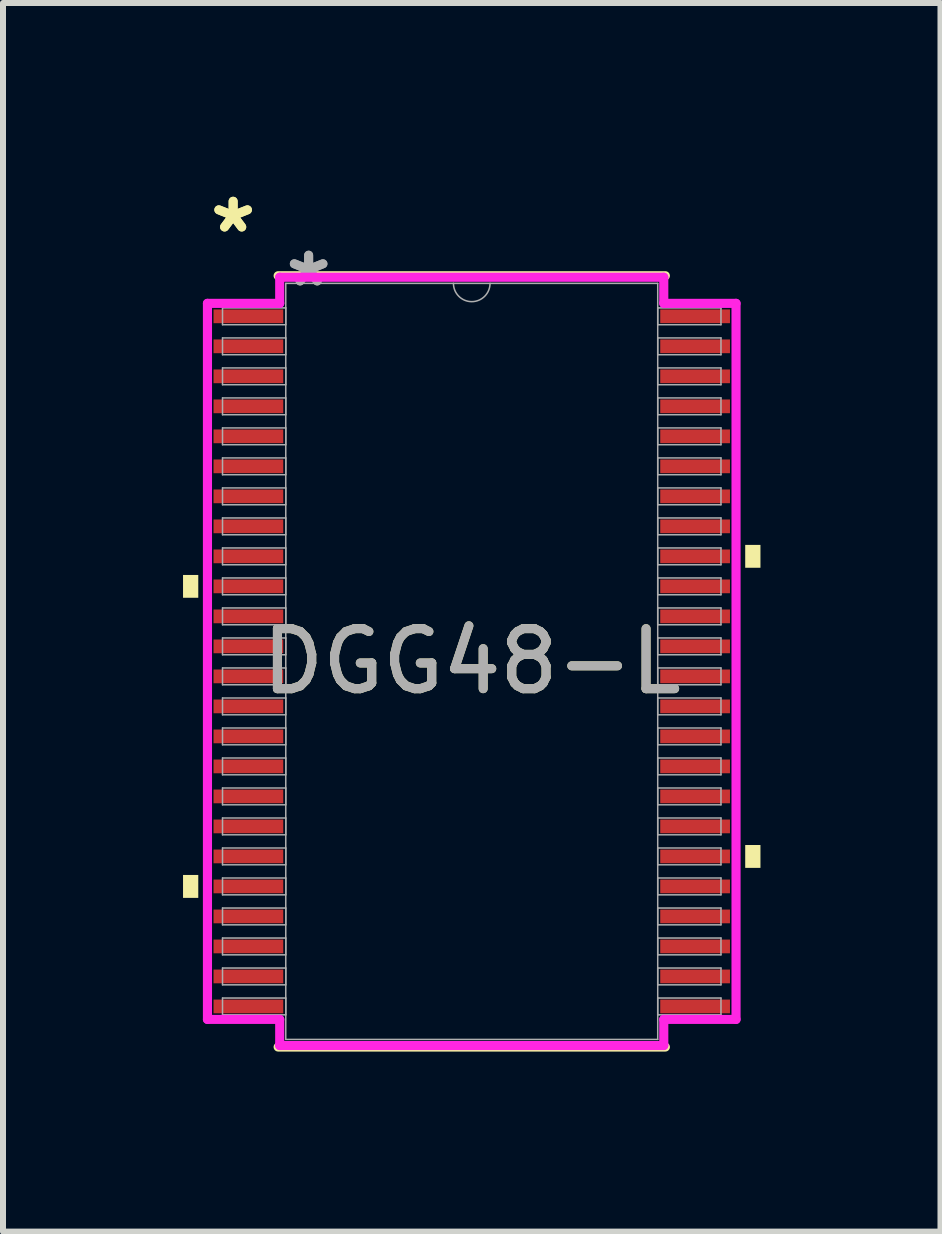
<source format=kicad_pcb>
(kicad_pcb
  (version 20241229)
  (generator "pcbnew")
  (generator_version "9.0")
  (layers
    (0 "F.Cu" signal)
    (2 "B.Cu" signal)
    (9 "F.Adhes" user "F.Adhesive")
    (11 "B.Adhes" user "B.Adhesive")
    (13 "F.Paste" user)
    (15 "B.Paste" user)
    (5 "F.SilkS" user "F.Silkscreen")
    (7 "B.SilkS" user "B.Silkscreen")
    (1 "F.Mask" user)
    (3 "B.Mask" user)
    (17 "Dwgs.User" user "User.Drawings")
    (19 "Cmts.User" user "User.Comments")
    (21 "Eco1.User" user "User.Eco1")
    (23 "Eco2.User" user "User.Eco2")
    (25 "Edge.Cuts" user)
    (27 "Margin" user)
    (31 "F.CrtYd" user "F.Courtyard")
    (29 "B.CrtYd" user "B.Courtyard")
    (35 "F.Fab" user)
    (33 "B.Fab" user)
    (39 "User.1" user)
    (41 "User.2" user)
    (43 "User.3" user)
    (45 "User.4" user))
  (footprint "DGG48-L"
    (layer "F.Cu")
    (at 4.811 7.971)
    (property "Reference" "DGG48-L" (at 0 0 0) (unlocked yes) (layer "F.SilkS") (effects (font (size 1 1) (thickness 0.15))))
    (attr smd)
    (fp_line (start -3.226 6.426) (end 3.226 6.426) (stroke (width 0.152) (type solid)) (layer "F.SilkS"))
    (fp_line (start 3.226 -6.426) (end -3.226 -6.426) (stroke (width 0.152) (type solid)) (layer "F.SilkS"))
    (fp_poly (pts (xy -4.811 -1.44) (xy -4.811 -1.06) (xy -4.557 -1.06) (xy -4.557 -1.44)) (stroke (width 0) (type solid)) (fill yes) (layer "F.SilkS"))
    (fp_poly (pts (xy -4.811 3.559) (xy -4.811 3.941) (xy -4.557 3.941) (xy -4.557 3.559)) (stroke (width 0) (type solid)) (fill yes) (layer "F.SilkS"))
    (fp_poly (pts (xy 4.811 -1.941) (xy 4.811 -1.56) (xy 4.557 -1.56) (xy 4.557 -1.941)) (stroke (width 0) (type solid)) (fill yes) (layer "F.SilkS"))
    (fp_poly (pts (xy 4.811 3.06) (xy 4.811 3.441) (xy 4.557 3.441) (xy 4.557 3.06)) (stroke (width 0) (type solid)) (fill yes) (layer "F.SilkS"))
    (fp_line (start -4.404 -5.966) (end -3.2 -5.966) (stroke (width 0.152) (type solid)) (layer "F.CrtYd"))
    (fp_line (start -4.404 5.966) (end -4.404 -5.966) (stroke (width 0.152) (type solid)) (layer "F.CrtYd"))
    (fp_line (start -4.404 5.966) (end -3.2 5.966) (stroke (width 0.152) (type solid)) (layer "F.CrtYd"))
    (fp_line (start -3.2 -6.401) (end 3.2 -6.401) (stroke (width 0.152) (type solid)) (layer "F.CrtYd"))
    (fp_line (start -3.2 -5.966) (end -3.2 -6.401) (stroke (width 0.152) (type solid)) (layer "F.CrtYd"))
    (fp_line (start -3.2 6.401) (end -3.2 5.966) (stroke (width 0.152) (type solid)) (layer "F.CrtYd"))
    (fp_line (start 3.2 -6.401) (end 3.2 -5.966) (stroke (width 0.152) (type solid)) (layer "F.CrtYd"))
    (fp_line (start 3.2 5.966) (end 3.2 6.401) (stroke (width 0.152) (type solid)) (layer "F.CrtYd"))
    (fp_line (start 3.2 6.401) (end -3.2 6.401) (stroke (width 0.152) (type solid)) (layer "F.CrtYd"))
    (fp_line (start 4.404 -5.966) (end 3.2 -5.966) (stroke (width 0.152) (type solid)) (layer "F.CrtYd"))
    (fp_line (start 4.404 -5.966) (end 4.404 5.966) (stroke (width 0.152) (type solid)) (layer "F.CrtYd"))
    (fp_line (start 4.404 5.966) (end 3.2 5.966) (stroke (width 0.152) (type solid)) (layer "F.CrtYd"))
    (fp_line (start -4.153 -5.89) (end -4.153 -5.61) (stroke (width 0.025) (type solid)) (layer "F.Fab"))
    (fp_line (start -4.153 -5.61) (end -3.099 -5.61) (stroke (width 0.025) (type solid)) (layer "F.Fab"))
    (fp_line (start -4.153 -5.39) (end -4.153 -5.11) (stroke (width 0.025) (type solid)) (layer "F.Fab"))
    (fp_line (start -4.153 -5.11) (end -3.099 -5.11) (stroke (width 0.025) (type solid)) (layer "F.Fab"))
    (fp_line (start -4.153 -4.89) (end -4.153 -4.61) (stroke (width 0.025) (type solid)) (layer "F.Fab"))
    (fp_line (start -4.153 -4.61) (end -3.099 -4.61) (stroke (width 0.025) (type solid)) (layer "F.Fab"))
    (fp_line (start -4.153 -4.39) (end -4.153 -4.11) (stroke (width 0.025) (type solid)) (layer "F.Fab"))
    (fp_line (start -4.153 -4.11) (end -3.099 -4.11) (stroke (width 0.025) (type solid)) (layer "F.Fab"))
    (fp_line (start -4.153 -3.89) (end -4.153 -3.61) (stroke (width 0.025) (type solid)) (layer "F.Fab"))
    (fp_line (start -4.153 -3.61) (end -3.099 -3.61) (stroke (width 0.025) (type solid)) (layer "F.Fab"))
    (fp_line (start -4.153 -3.39) (end -4.153 -3.11) (stroke (width 0.025) (type solid)) (layer "F.Fab"))
    (fp_line (start -4.153 -3.11) (end -3.099 -3.11) (stroke (width 0.025) (type solid)) (layer "F.Fab"))
    (fp_line (start -4.153 -2.89) (end -4.153 -2.61) (stroke (width 0.025) (type solid)) (layer "F.Fab"))
    (fp_line (start -4.153 -2.61) (end -3.099 -2.61) (stroke (width 0.025) (type solid)) (layer "F.Fab"))
    (fp_line (start -4.153 -2.39) (end -4.153 -2.11) (stroke (width 0.025) (type solid)) (layer "F.Fab"))
    (fp_line (start -4.153 -2.11) (end -3.099 -2.11) (stroke (width 0.025) (type solid)) (layer "F.Fab"))
    (fp_line (start -4.153 -1.89) (end -4.153 -1.61) (stroke (width 0.025) (type solid)) (layer "F.Fab"))
    (fp_line (start -4.153 -1.61) (end -3.099 -1.61) (stroke (width 0.025) (type solid)) (layer "F.Fab"))
    (fp_line (start -4.153 -1.39) (end -4.153 -1.11) (stroke (width 0.025) (type solid)) (layer "F.Fab"))
    (fp_line (start -4.153 -1.11) (end -3.099 -1.11) (stroke (width 0.025) (type solid)) (layer "F.Fab"))
    (fp_line (start -4.153 -0.89) (end -4.153 -0.61) (stroke (width 0.025) (type solid)) (layer "F.Fab"))
    (fp_line (start -4.153 -0.61) (end -3.099 -0.61) (stroke (width 0.025) (type solid)) (layer "F.Fab"))
    (fp_line (start -4.153 -0.39) (end -4.153 -0.11) (stroke (width 0.025) (type solid)) (layer "F.Fab"))
    (fp_line (start -4.153 -0.11) (end -3.099 -0.11) (stroke (width 0.025) (type solid)) (layer "F.Fab"))
    (fp_line (start -4.153 0.11) (end -4.153 0.39) (stroke (width 0.025) (type solid)) (layer "F.Fab"))
    (fp_line (start -4.153 0.39) (end -3.099 0.39) (stroke (width 0.025) (type solid)) (layer "F.Fab"))
    (fp_line (start -4.153 0.61) (end -4.153 0.89) (stroke (width 0.025) (type solid)) (layer "F.Fab"))
    (fp_line (start -4.153 0.89) (end -3.099 0.89) (stroke (width 0.025) (type solid)) (layer "F.Fab"))
    (fp_line (start -4.153 1.11) (end -4.153 1.39) (stroke (width 0.025) (type solid)) (layer "F.Fab"))
    (fp_line (start -4.153 1.39) (end -3.099 1.39) (stroke (width 0.025) (type solid)) (layer "F.Fab"))
    (fp_line (start -4.153 1.61) (end -4.153 1.89) (stroke (width 0.025) (type solid)) (layer "F.Fab"))
    (fp_line (start -4.153 1.89) (end -3.099 1.89) (stroke (width 0.025) (type solid)) (layer "F.Fab"))
    (fp_line (start -4.153 2.11) (end -4.153 2.39) (stroke (width 0.025) (type solid)) (layer "F.Fab"))
    (fp_line (start -4.153 2.39) (end -3.099 2.39) (stroke (width 0.025) (type solid)) (layer "F.Fab"))
    (fp_line (start -4.153 2.61) (end -4.153 2.89) (stroke (width 0.025) (type solid)) (layer "F.Fab"))
    (fp_line (start -4.153 2.89) (end -3.099 2.89) (stroke (width 0.025) (type solid)) (layer "F.Fab"))
    (fp_line (start -4.153 3.11) (end -4.153 3.39) (stroke (width 0.025) (type solid)) (layer "F.Fab"))
    (fp_line (start -4.153 3.39) (end -3.099 3.39) (stroke (width 0.025) (type solid)) (layer "F.Fab"))
    (fp_line (start -4.153 3.61) (end -4.153 3.89) (stroke (width 0.025) (type solid)) (layer "F.Fab"))
    (fp_line (start -4.153 3.89) (end -3.099 3.89) (stroke (width 0.025) (type solid)) (layer "F.Fab"))
    (fp_line (start -4.153 4.11) (end -4.153 4.39) (stroke (width 0.025) (type solid)) (layer "F.Fab"))
    (fp_line (start -4.153 4.39) (end -3.099 4.39) (stroke (width 0.025) (type solid)) (layer "F.Fab"))
    (fp_line (start -4.153 4.61) (end -4.153 4.89) (stroke (width 0.025) (type solid)) (layer "F.Fab"))
    (fp_line (start -4.153 4.89) (end -3.099 4.89) (stroke (width 0.025) (type solid)) (layer "F.Fab"))
    (fp_line (start -4.153 5.11) (end -4.153 5.39) (stroke (width 0.025) (type solid)) (layer "F.Fab"))
    (fp_line (start -4.153 5.39) (end -3.099 5.39) (stroke (width 0.025) (type solid)) (layer "F.Fab"))
    (fp_line (start -4.153 5.61) (end -4.153 5.89) (stroke (width 0.025) (type solid)) (layer "F.Fab"))
    (fp_line (start -4.153 5.89) (end -3.099 5.89) (stroke (width 0.025) (type solid)) (layer "F.Fab"))
    (fp_line (start -3.099 -6.299) (end -3.099 6.299) (stroke (width 0.025) (type solid)) (layer "F.Fab"))
    (fp_line (start -3.099 -5.89) (end -4.153 -5.89) (stroke (width 0.025) (type solid)) (layer "F.Fab"))
    (fp_line (start -3.099 -5.61) (end -3.099 -5.89) (stroke (width 0.025) (type solid)) (layer "F.Fab"))
    (fp_line (start -3.099 -5.39) (end -4.153 -5.39) (stroke (width 0.025) (type solid)) (layer "F.Fab"))
    (fp_line (start -3.099 -5.11) (end -3.099 -5.39) (stroke (width 0.025) (type solid)) (layer "F.Fab"))
    (fp_line (start -3.099 -4.89) (end -4.153 -4.89) (stroke (width 0.025) (type solid)) (layer "F.Fab"))
    (fp_line (start -3.099 -4.61) (end -3.099 -4.89) (stroke (width 0.025) (type solid)) (layer "F.Fab"))
    (fp_line (start -3.099 -4.39) (end -4.153 -4.39) (stroke (width 0.025) (type solid)) (layer "F.Fab"))
    (fp_line (start -3.099 -4.11) (end -3.099 -4.39) (stroke (width 0.025) (type solid)) (layer "F.Fab"))
    (fp_line (start -3.099 -3.89) (end -4.153 -3.89) (stroke (width 0.025) (type solid)) (layer "F.Fab"))
    (fp_line (start -3.099 -3.61) (end -3.099 -3.89) (stroke (width 0.025) (type solid)) (layer "F.Fab"))
    (fp_line (start -3.099 -3.39) (end -4.153 -3.39) (stroke (width 0.025) (type solid)) (layer "F.Fab"))
    (fp_line (start -3.099 -3.11) (end -3.099 -3.39) (stroke (width 0.025) (type solid)) (layer "F.Fab"))
    (fp_line (start -3.099 -2.89) (end -4.153 -2.89) (stroke (width 0.025) (type solid)) (layer "F.Fab"))
    (fp_line (start -3.099 -2.61) (end -3.099 -2.89) (stroke (width 0.025) (type solid)) (layer "F.Fab"))
    (fp_line (start -3.099 -2.39) (end -4.153 -2.39) (stroke (width 0.025) (type solid)) (layer "F.Fab"))
    (fp_line (start -3.099 -2.11) (end -3.099 -2.39) (stroke (width 0.025) (type solid)) (layer "F.Fab"))
    (fp_line (start -3.099 -1.89) (end -4.153 -1.89) (stroke (width 0.025) (type solid)) (layer "F.Fab"))
    (fp_line (start -3.099 -1.61) (end -3.099 -1.89) (stroke (width 0.025) (type solid)) (layer "F.Fab"))
    (fp_line (start -3.099 -1.39) (end -4.153 -1.39) (stroke (width 0.025) (type solid)) (layer "F.Fab"))
    (fp_line (start -3.099 -1.11) (end -3.099 -1.39) (stroke (width 0.025) (type solid)) (layer "F.Fab"))
    (fp_line (start -3.099 -0.89) (end -4.153 -0.89) (stroke (width 0.025) (type solid)) (layer "F.Fab"))
    (fp_line (start -3.099 -0.61) (end -3.099 -0.89) (stroke (width 0.025) (type solid)) (layer "F.Fab"))
    (fp_line (start -3.099 -0.39) (end -4.153 -0.39) (stroke (width 0.025) (type solid)) (layer "F.Fab"))
    (fp_line (start -3.099 -0.11) (end -3.099 -0.39) (stroke (width 0.025) (type solid)) (layer "F.Fab"))
    (fp_line (start -3.099 0.11) (end -4.153 0.11) (stroke (width 0.025) (type solid)) (layer "F.Fab"))
    (fp_line (start -3.099 0.39) (end -3.099 0.11) (stroke (width 0.025) (type solid)) (layer "F.Fab"))
    (fp_line (start -3.099 0.61) (end -4.153 0.61) (stroke (width 0.025) (type solid)) (layer "F.Fab"))
    (fp_line (start -3.099 0.89) (end -3.099 0.61) (stroke (width 0.025) (type solid)) (layer "F.Fab"))
    (fp_line (start -3.099 1.11) (end -4.153 1.11) (stroke (width 0.025) (type solid)) (layer "F.Fab"))
    (fp_line (start -3.099 1.39) (end -3.099 1.11) (stroke (width 0.025) (type solid)) (layer "F.Fab"))
    (fp_line (start -3.099 1.61) (end -4.153 1.61) (stroke (width 0.025) (type solid)) (layer "F.Fab"))
    (fp_line (start -3.099 1.89) (end -3.099 1.61) (stroke (width 0.025) (type solid)) (layer "F.Fab"))
    (fp_line (start -3.099 2.11) (end -4.153 2.11) (stroke (width 0.025) (type solid)) (layer "F.Fab"))
    (fp_line (start -3.099 2.39) (end -3.099 2.11) (stroke (width 0.025) (type solid)) (layer "F.Fab"))
    (fp_line (start -3.099 2.61) (end -4.153 2.61) (stroke (width 0.025) (type solid)) (layer "F.Fab"))
    (fp_line (start -3.099 2.89) (end -3.099 2.61) (stroke (width 0.025) (type solid)) (layer "F.Fab"))
    (fp_line (start -3.099 3.11) (end -4.153 3.11) (stroke (width 0.025) (type solid)) (layer "F.Fab"))
    (fp_line (start -3.099 3.39) (end -3.099 3.11) (stroke (width 0.025) (type solid)) (layer "F.Fab"))
    (fp_line (start -3.099 3.61) (end -4.153 3.61) (stroke (width 0.025) (type solid)) (layer "F.Fab"))
    (fp_line (start -3.099 3.89) (end -3.099 3.61) (stroke (width 0.025) (type solid)) (layer "F.Fab"))
    (fp_line (start -3.099 4.11) (end -4.153 4.11) (stroke (width 0.025) (type solid)) (layer "F.Fab"))
    (fp_line (start -3.099 4.39) (end -3.099 4.11) (stroke (width 0.025) (type solid)) (layer "F.Fab"))
    (fp_line (start -3.099 4.61) (end -4.153 4.61) (stroke (width 0.025) (type solid)) (layer "F.Fab"))
    (fp_line (start -3.099 4.89) (end -3.099 4.61) (stroke (width 0.025) (type solid)) (layer "F.Fab"))
    (fp_line (start -3.099 5.11) (end -4.153 5.11) (stroke (width 0.025) (type solid)) (layer "F.Fab"))
    (fp_line (start -3.099 5.39) (end -3.099 5.11) (stroke (width 0.025) (type solid)) (layer "F.Fab"))
    (fp_line (start -3.099 5.61) (end -4.153 5.61) (stroke (width 0.025) (type solid)) (layer "F.Fab"))
    (fp_line (start -3.099 5.89) (end -3.099 5.61) (stroke (width 0.025) (type solid)) (layer "F.Fab"))
    (fp_line (start -3.099 6.299) (end 3.099 6.299) (stroke (width 0.025) (type solid)) (layer "F.Fab"))
    (fp_line (start 3.099 -6.299) (end -3.099 -6.299) (stroke (width 0.025) (type solid)) (layer "F.Fab"))
    (fp_line (start 3.099 -5.89) (end 3.099 -5.61) (stroke (width 0.025) (type solid)) (layer "F.Fab"))
    (fp_line (start 3.099 -5.61) (end 4.153 -5.61) (stroke (width 0.025) (type solid)) (layer "F.Fab"))
    (fp_line (start 3.099 -5.39) (end 3.099 -5.11) (stroke (width 0.025) (type solid)) (layer "F.Fab"))
    (fp_line (start 3.099 -5.11) (end 4.153 -5.11) (stroke (width 0.025) (type solid)) (layer "F.Fab"))
    (fp_line (start 3.099 -4.89) (end 3.099 -4.61) (stroke (width 0.025) (type solid)) (layer "F.Fab"))
    (fp_line (start 3.099 -4.61) (end 4.153 -4.61) (stroke (width 0.025) (type solid)) (layer "F.Fab"))
    (fp_line (start 3.099 -4.39) (end 3.099 -4.11) (stroke (width 0.025) (type solid)) (layer "F.Fab"))
    (fp_line (start 3.099 -4.11) (end 4.153 -4.11) (stroke (width 0.025) (type solid)) (layer "F.Fab"))
    (fp_line (start 3.099 -3.89) (end 3.099 -3.61) (stroke (width 0.025) (type solid)) (layer "F.Fab"))
    (fp_line (start 3.099 -3.61) (end 4.153 -3.61) (stroke (width 0.025) (type solid)) (layer "F.Fab"))
    (fp_line (start 3.099 -3.39) (end 3.099 -3.11) (stroke (width 0.025) (type solid)) (layer "F.Fab"))
    (fp_line (start 3.099 -3.11) (end 4.153 -3.11) (stroke (width 0.025) (type solid)) (layer "F.Fab"))
    (fp_line (start 3.099 -2.89) (end 3.099 -2.61) (stroke (width 0.025) (type solid)) (layer "F.Fab"))
    (fp_line (start 3.099 -2.61) (end 4.153 -2.61) (stroke (width 0.025) (type solid)) (layer "F.Fab"))
    (fp_line (start 3.099 -2.39) (end 3.099 -2.11) (stroke (width 0.025) (type solid)) (layer "F.Fab"))
    (fp_line (start 3.099 -2.11) (end 4.153 -2.11) (stroke (width 0.025) (type solid)) (layer "F.Fab"))
    (fp_line (start 3.099 -1.89) (end 3.099 -1.61) (stroke (width 0.025) (type solid)) (layer "F.Fab"))
    (fp_line (start 3.099 -1.61) (end 4.153 -1.61) (stroke (width 0.025) (type solid)) (layer "F.Fab"))
    (fp_line (start 3.099 -1.39) (end 3.099 -1.11) (stroke (width 0.025) (type solid)) (layer "F.Fab"))
    (fp_line (start 3.099 -1.11) (end 4.153 -1.11) (stroke (width 0.025) (type solid)) (layer "F.Fab"))
    (fp_line (start 3.099 -0.89) (end 3.099 -0.61) (stroke (width 0.025) (type solid)) (layer "F.Fab"))
    (fp_line (start 3.099 -0.61) (end 4.153 -0.61) (stroke (width 0.025) (type solid)) (layer "F.Fab"))
    (fp_line (start 3.099 -0.39) (end 3.099 -0.11) (stroke (width 0.025) (type solid)) (layer "F.Fab"))
    (fp_line (start 3.099 -0.11) (end 4.153 -0.11) (stroke (width 0.025) (type solid)) (layer "F.Fab"))
    (fp_line (start 3.099 0.11) (end 3.099 0.39) (stroke (width 0.025) (type solid)) (layer "F.Fab"))
    (fp_line (start 3.099 0.39) (end 4.153 0.39) (stroke (width 0.025) (type solid)) (layer "F.Fab"))
    (fp_line (start 3.099 0.61) (end 3.099 0.89) (stroke (width 0.025) (type solid)) (layer "F.Fab"))
    (fp_line (start 3.099 0.89) (end 4.153 0.89) (stroke (width 0.025) (type solid)) (layer "F.Fab"))
    (fp_line (start 3.099 1.11) (end 3.099 1.39) (stroke (width 0.025) (type solid)) (layer "F.Fab"))
    (fp_line (start 3.099 1.39) (end 4.153 1.39) (stroke (width 0.025) (type solid)) (layer "F.Fab"))
    (fp_line (start 3.099 1.61) (end 3.099 1.89) (stroke (width 0.025) (type solid)) (layer "F.Fab"))
    (fp_line (start 3.099 1.89) (end 4.153 1.89) (stroke (width 0.025) (type solid)) (layer "F.Fab"))
    (fp_line (start 3.099 2.11) (end 3.099 2.39) (stroke (width 0.025) (type solid)) (layer "F.Fab"))
    (fp_line (start 3.099 2.39) (end 4.153 2.39) (stroke (width 0.025) (type solid)) (layer "F.Fab"))
    (fp_line (start 3.099 2.61) (end 3.099 2.89) (stroke (width 0.025) (type solid)) (layer "F.Fab"))
    (fp_line (start 3.099 2.89) (end 4.153 2.89) (stroke (width 0.025) (type solid)) (layer "F.Fab"))
    (fp_line (start 3.099 3.11) (end 3.099 3.39) (stroke (width 0.025) (type solid)) (layer "F.Fab"))
    (fp_line (start 3.099 3.39) (end 4.153 3.39) (stroke (width 0.025) (type solid)) (layer "F.Fab"))
    (fp_line (start 3.099 3.61) (end 3.099 3.89) (stroke (width 0.025) (type solid)) (layer "F.Fab"))
    (fp_line (start 3.099 3.89) (end 4.153 3.89) (stroke (width 0.025) (type solid)) (layer "F.Fab"))
    (fp_line (start 3.099 4.11) (end 3.099 4.39) (stroke (width 0.025) (type solid)) (layer "F.Fab"))
    (fp_line (start 3.099 4.39) (end 4.153 4.39) (stroke (width 0.025) (type solid)) (layer "F.Fab"))
    (fp_line (start 3.099 4.61) (end 3.099 4.89) (stroke (width 0.025) (type solid)) (layer "F.Fab"))
    (fp_line (start 3.099 4.89) (end 4.153 4.89) (stroke (width 0.025) (type solid)) (layer "F.Fab"))
    (fp_line (start 3.099 5.11) (end 3.099 5.39) (stroke (width 0.025) (type solid)) (layer "F.Fab"))
    (fp_line (start 3.099 5.39) (end 4.153 5.39) (stroke (width 0.025) (type solid)) (layer "F.Fab"))
    (fp_line (start 3.099 5.61) (end 3.099 5.89) (stroke (width 0.025) (type solid)) (layer "F.Fab"))
    (fp_line (start 3.099 5.89) (end 4.153 5.89) (stroke (width 0.025) (type solid)) (layer "F.Fab"))
    (fp_line (start 3.099 6.299) (end 3.099 -6.299) (stroke (width 0.025) (type solid)) (layer "F.Fab"))
    (fp_line (start 4.153 -5.89) (end 3.099 -5.89) (stroke (width 0.025) (type solid)) (layer "F.Fab"))
    (fp_line (start 4.153 -5.61) (end 4.153 -5.89) (stroke (width 0.025) (type solid)) (layer "F.Fab"))
    (fp_line (start 4.153 -5.39) (end 3.099 -5.39) (stroke (width 0.025) (type solid)) (layer "F.Fab"))
    (fp_line (start 4.153 -5.11) (end 4.153 -5.39) (stroke (width 0.025) (type solid)) (layer "F.Fab"))
    (fp_line (start 4.153 -4.89) (end 3.099 -4.89) (stroke (width 0.025) (type solid)) (layer "F.Fab"))
    (fp_line (start 4.153 -4.61) (end 4.153 -4.89) (stroke (width 0.025) (type solid)) (layer "F.Fab"))
    (fp_line (start 4.153 -4.39) (end 3.099 -4.39) (stroke (width 0.025) (type solid)) (layer "F.Fab"))
    (fp_line (start 4.153 -4.11) (end 4.153 -4.39) (stroke (width 0.025) (type solid)) (layer "F.Fab"))
    (fp_line (start 4.153 -3.89) (end 3.099 -3.89) (stroke (width 0.025) (type solid)) (layer "F.Fab"))
    (fp_line (start 4.153 -3.61) (end 4.153 -3.89) (stroke (width 0.025) (type solid)) (layer "F.Fab"))
    (fp_line (start 4.153 -3.39) (end 3.099 -3.39) (stroke (width 0.025) (type solid)) (layer "F.Fab"))
    (fp_line (start 4.153 -3.11) (end 4.153 -3.39) (stroke (width 0.025) (type solid)) (layer "F.Fab"))
    (fp_line (start 4.153 -2.89) (end 3.099 -2.89) (stroke (width 0.025) (type solid)) (layer "F.Fab"))
    (fp_line (start 4.153 -2.61) (end 4.153 -2.89) (stroke (width 0.025) (type solid)) (layer "F.Fab"))
    (fp_line (start 4.153 -2.39) (end 3.099 -2.39) (stroke (width 0.025) (type solid)) (layer "F.Fab"))
    (fp_line (start 4.153 -2.11) (end 4.153 -2.39) (stroke (width 0.025) (type solid)) (layer "F.Fab"))
    (fp_line (start 4.153 -1.89) (end 3.099 -1.89) (stroke (width 0.025) (type solid)) (layer "F.Fab"))
    (fp_line (start 4.153 -1.61) (end 4.153 -1.89) (stroke (width 0.025) (type solid)) (layer "F.Fab"))
    (fp_line (start 4.153 -1.39) (end 3.099 -1.39) (stroke (width 0.025) (type solid)) (layer "F.Fab"))
    (fp_line (start 4.153 -1.11) (end 4.153 -1.39) (stroke (width 0.025) (type solid)) (layer "F.Fab"))
    (fp_line (start 4.153 -0.89) (end 3.099 -0.89) (stroke (width 0.025) (type solid)) (layer "F.Fab"))
    (fp_line (start 4.153 -0.61) (end 4.153 -0.89) (stroke (width 0.025) (type solid)) (layer "F.Fab"))
    (fp_line (start 4.153 -0.39) (end 3.099 -0.39) (stroke (width 0.025) (type solid)) (layer "F.Fab"))
    (fp_line (start 4.153 -0.11) (end 4.153 -0.39) (stroke (width 0.025) (type solid)) (layer "F.Fab"))
    (fp_line (start 4.153 0.11) (end 3.099 0.11) (stroke (width 0.025) (type solid)) (layer "F.Fab"))
    (fp_line (start 4.153 0.39) (end 4.153 0.11) (stroke (width 0.025) (type solid)) (layer "F.Fab"))
    (fp_line (start 4.153 0.61) (end 3.099 0.61) (stroke (width 0.025) (type solid)) (layer "F.Fab"))
    (fp_line (start 4.153 0.89) (end 4.153 0.61) (stroke (width 0.025) (type solid)) (layer "F.Fab"))
    (fp_line (start 4.153 1.11) (end 3.099 1.11) (stroke (width 0.025) (type solid)) (layer "F.Fab"))
    (fp_line (start 4.153 1.39) (end 4.153 1.11) (stroke (width 0.025) (type solid)) (layer "F.Fab"))
    (fp_line (start 4.153 1.61) (end 3.099 1.61) (stroke (width 0.025) (type solid)) (layer "F.Fab"))
    (fp_line (start 4.153 1.89) (end 4.153 1.61) (stroke (width 0.025) (type solid)) (layer "F.Fab"))
    (fp_line (start 4.153 2.11) (end 3.099 2.11) (stroke (width 0.025) (type solid)) (layer "F.Fab"))
    (fp_line (start 4.153 2.39) (end 4.153 2.11) (stroke (width 0.025) (type solid)) (layer "F.Fab"))
    (fp_line (start 4.153 2.61) (end 3.099 2.61) (stroke (width 0.025) (type solid)) (layer "F.Fab"))
    (fp_line (start 4.153 2.89) (end 4.153 2.61) (stroke (width 0.025) (type solid)) (layer "F.Fab"))
    (fp_line (start 4.153 3.11) (end 3.099 3.11) (stroke (width 0.025) (type solid)) (layer "F.Fab"))
    (fp_line (start 4.153 3.39) (end 4.153 3.11) (stroke (width 0.025) (type solid)) (layer "F.Fab"))
    (fp_line (start 4.153 3.61) (end 3.099 3.61) (stroke (width 0.025) (type solid)) (layer "F.Fab"))
    (fp_line (start 4.153 3.89) (end 4.153 3.61) (stroke (width 0.025) (type solid)) (layer "F.Fab"))
    (fp_line (start 4.153 4.11) (end 3.099 4.11) (stroke (width 0.025) (type solid)) (layer "F.Fab"))
    (fp_line (start 4.153 4.39) (end 4.153 4.11) (stroke (width 0.025) (type solid)) (layer "F.Fab"))
    (fp_line (start 4.153 4.61) (end 3.099 4.61) (stroke (width 0.025) (type solid)) (layer "F.Fab"))
    (fp_line (start 4.153 4.89) (end 4.153 4.61) (stroke (width 0.025) (type solid)) (layer "F.Fab"))
    (fp_line (start 4.153 5.11) (end 3.099 5.11) (stroke (width 0.025) (type solid)) (layer "F.Fab"))
    (fp_line (start 4.153 5.39) (end 4.153 5.11) (stroke (width 0.025) (type solid)) (layer "F.Fab"))
    (fp_line (start 4.153 5.61) (end 3.099 5.61) (stroke (width 0.025) (type solid)) (layer "F.Fab"))
    (fp_line (start 4.153 5.89) (end 4.153 5.61) (stroke (width 0.025) (type solid)) (layer "F.Fab"))
    (fp_arc (start 0.3048 -6.2992) (mid 0 -5.9944) (end -0.3048 -6.2992) (stroke (width 0.0254) (type solid)) (layer "F.Fab"))
    (fp_text user "*" (at -3.976 -7.122 0) (unlocked yes) (layer "F.SilkS") (effects (font (size 1 1) (thickness 0.15))))
    (fp_text user "*" (at -3.976 -7.122 0) (layer "F.SilkS") (effects (font (size 1 1) (thickness 0.15))))
    (fp_text user "*" (at -2.718 -6.223 0) (unlocked yes) (layer "F.Fab") (effects (font (size 1 1) (thickness 0.15))))
    (fp_text user "${REFERENCE}" (at 0 0 0) (unlocked yes) (layer "F.Fab") (effects (font (size 1 1) (thickness 0.15))))
    (fp_text user "*" (at -2.718 -6.223 0) (layer "F.Fab") (effects (font (size 1 1) (thickness 0.15))))
    (pad "1" smd rect (at -3.722 -5.75) (size 1.162 0.229) (layers "F.Cu" "F.Mask" "F.Paste"))
    (pad "2" smd rect (at -3.722 -5.25) (size 1.162 0.229) (layers "F.Cu" "F.Mask" "F.Paste"))
    (pad "3" smd rect (at -3.722 -4.75) (size 1.162 0.229) (layers "F.Cu" "F.Mask" "F.Paste"))
    (pad "4" smd rect (at -3.722 -4.25) (size 1.162 0.229) (layers "F.Cu" "F.Mask" "F.Paste"))
    (pad "5" smd rect (at -3.722 -3.75) (size 1.162 0.229) (layers "F.Cu" "F.Mask" "F.Paste"))
    (pad "6" smd rect (at -3.722 -3.25) (size 1.162 0.229) (layers "F.Cu" "F.Mask" "F.Paste"))
    (pad "7" smd rect (at -3.722 -2.75) (size 1.162 0.229) (layers "F.Cu" "F.Mask" "F.Paste"))
    (pad "8" smd rect (at -3.722 -2.25) (size 1.162 0.229) (layers "F.Cu" "F.Mask" "F.Paste"))
    (pad "9" smd rect (at -3.722 -1.75) (size 1.162 0.229) (layers "F.Cu" "F.Mask" "F.Paste"))
    (pad "10" smd rect (at -3.722 -1.25) (size 1.162 0.229) (layers "F.Cu" "F.Mask" "F.Paste"))
    (pad "11" smd rect (at -3.722 -0.75) (size 1.162 0.229) (layers "F.Cu" "F.Mask" "F.Paste"))
    (pad "12" smd rect (at -3.722 -0.25) (size 1.162 0.229) (layers "F.Cu" "F.Mask" "F.Paste"))
    (pad "13" smd rect (at -3.722 0.25) (size 1.162 0.229) (layers "F.Cu" "F.Mask" "F.Paste"))
    (pad "14" smd rect (at -3.722 0.75) (size 1.162 0.229) (layers "F.Cu" "F.Mask" "F.Paste"))
    (pad "15" smd rect (at -3.722 1.25) (size 1.162 0.229) (layers "F.Cu" "F.Mask" "F.Paste"))
    (pad "16" smd rect (at -3.722 1.75) (size 1.162 0.229) (layers "F.Cu" "F.Mask" "F.Paste"))
    (pad "17" smd rect (at -3.722 2.25) (size 1.162 0.229) (layers "F.Cu" "F.Mask" "F.Paste"))
    (pad "18" smd rect (at -3.722 2.75) (size 1.162 0.229) (layers "F.Cu" "F.Mask" "F.Paste"))
    (pad "19" smd rect (at -3.722 3.25) (size 1.162 0.229) (layers "F.Cu" "F.Mask" "F.Paste"))
    (pad "20" smd rect (at -3.722 3.75) (size 1.162 0.229) (layers "F.Cu" "F.Mask" "F.Paste"))
    (pad "21" smd rect (at -3.722 4.25) (size 1.162 0.229) (layers "F.Cu" "F.Mask" "F.Paste"))
    (pad "22" smd rect (at -3.722 4.75) (size 1.162 0.229) (layers "F.Cu" "F.Mask" "F.Paste"))
    (pad "23" smd rect (at -3.722 5.25) (size 1.162 0.229) (layers "F.Cu" "F.Mask" "F.Paste"))
    (pad "24" smd rect (at -3.722 5.75) (size 1.162 0.229) (layers "F.Cu" "F.Mask" "F.Paste"))
    (pad "25" smd rect (at 3.722 5.75) (size 1.162 0.229) (layers "F.Cu" "F.Mask" "F.Paste"))
    (pad "26" smd rect (at 3.722 5.25) (size 1.162 0.229) (layers "F.Cu" "F.Mask" "F.Paste"))
    (pad "27" smd rect (at 3.722 4.75) (size 1.162 0.229) (layers "F.Cu" "F.Mask" "F.Paste"))
    (pad "28" smd rect (at 3.722 4.25) (size 1.162 0.229) (layers "F.Cu" "F.Mask" "F.Paste"))
    (pad "29" smd rect (at 3.722 3.75) (size 1.162 0.229) (layers "F.Cu" "F.Mask" "F.Paste"))
    (pad "30" smd rect (at 3.722 3.25) (size 1.162 0.229) (layers "F.Cu" "F.Mask" "F.Paste"))
    (pad "31" smd rect (at 3.722 2.75) (size 1.162 0.229) (layers "F.Cu" "F.Mask" "F.Paste"))
    (pad "32" smd rect (at 3.722 2.25) (size 1.162 0.229) (layers "F.Cu" "F.Mask" "F.Paste"))
    (pad "33" smd rect (at 3.722 1.75) (size 1.162 0.229) (layers "F.Cu" "F.Mask" "F.Paste"))
    (pad "34" smd rect (at 3.722 1.25) (size 1.162 0.229) (layers "F.Cu" "F.Mask" "F.Paste"))
    (pad "35" smd rect (at 3.722 0.75) (size 1.162 0.229) (layers "F.Cu" "F.Mask" "F.Paste"))
    (pad "36" smd rect (at 3.722 0.25) (size 1.162 0.229) (layers "F.Cu" "F.Mask" "F.Paste"))
    (pad "37" smd rect (at 3.722 -0.25) (size 1.162 0.229) (layers "F.Cu" "F.Mask" "F.Paste"))
    (pad "38" smd rect (at 3.722 -0.75) (size 1.162 0.229) (layers "F.Cu" "F.Mask" "F.Paste"))
    (pad "39" smd rect (at 3.722 -1.25) (size 1.162 0.229) (layers "F.Cu" "F.Mask" "F.Paste"))
    (pad "40" smd rect (at 3.722 -1.75) (size 1.162 0.229) (layers "F.Cu" "F.Mask" "F.Paste"))
    (pad "41" smd rect (at 3.722 -2.25) (size 1.162 0.229) (layers "F.Cu" "F.Mask" "F.Paste"))
    (pad "42" smd rect (at 3.722 -2.75) (size 1.162 0.229) (layers "F.Cu" "F.Mask" "F.Paste"))
    (pad "43" smd rect (at 3.722 -3.25) (size 1.162 0.229) (layers "F.Cu" "F.Mask" "F.Paste"))
    (pad "44" smd rect (at 3.722 -3.75) (size 1.162 0.229) (layers "F.Cu" "F.Mask" "F.Paste"))
    (pad "45" smd rect (at 3.722 -4.25) (size 1.162 0.229) (layers "F.Cu" "F.Mask" "F.Paste"))
    (pad "46" smd rect (at 3.722 -4.75) (size 1.162 0.229) (layers "F.Cu" "F.Mask" "F.Paste"))
    (pad "47" smd rect (at 3.722 -5.25) (size 1.162 0.229) (layers "F.Cu" "F.Mask" "F.Paste"))
    (pad "48" smd rect (at 3.722 -5.75) (size 1.162 0.229) (layers "F.Cu" "F.Mask" "F.Paste")))
  (gr_rect
    (start -3 -3)
    (end 12.622 17.473)
    (stroke (width 0.1) (type default))
    (fill no)
    (layer "Edge.Cuts")))
</source>
